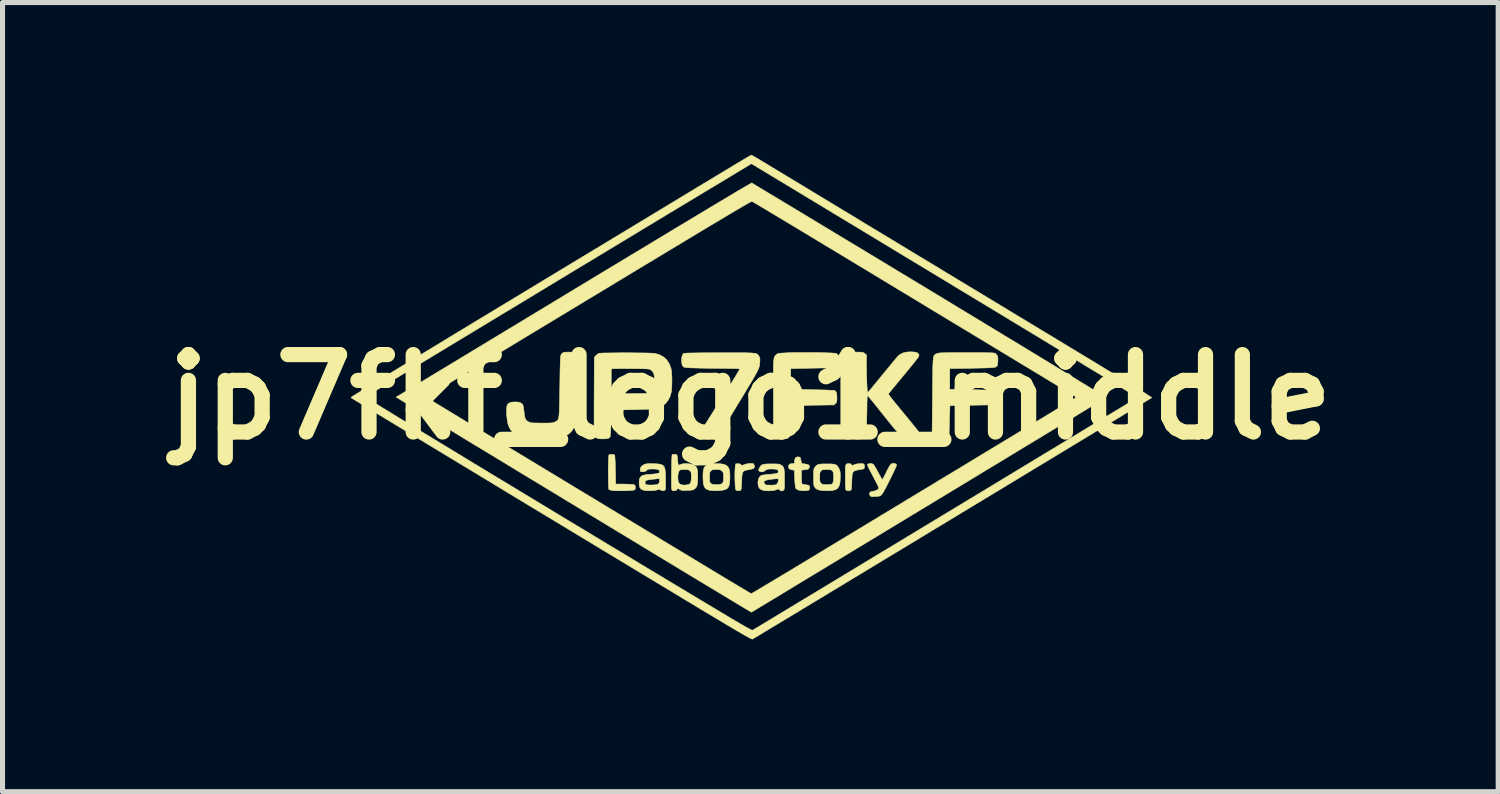
<source format=kicad_pcb>
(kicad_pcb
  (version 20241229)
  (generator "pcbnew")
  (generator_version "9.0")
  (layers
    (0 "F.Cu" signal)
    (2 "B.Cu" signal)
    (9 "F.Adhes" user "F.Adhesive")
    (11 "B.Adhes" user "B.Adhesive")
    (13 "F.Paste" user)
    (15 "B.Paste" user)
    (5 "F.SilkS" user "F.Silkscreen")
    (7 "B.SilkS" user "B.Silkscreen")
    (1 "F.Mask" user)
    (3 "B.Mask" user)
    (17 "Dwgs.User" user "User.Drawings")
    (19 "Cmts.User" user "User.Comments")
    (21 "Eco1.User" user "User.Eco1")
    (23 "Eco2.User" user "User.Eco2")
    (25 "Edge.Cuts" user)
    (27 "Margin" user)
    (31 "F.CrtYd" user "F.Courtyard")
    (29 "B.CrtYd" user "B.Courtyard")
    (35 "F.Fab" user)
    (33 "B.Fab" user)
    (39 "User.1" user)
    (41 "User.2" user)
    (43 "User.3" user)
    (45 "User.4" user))
  (footprint "jp7fkf_logo1_middle"
    (layer "F.Cu")
    (at 11.728 4.768)
    (property "Reference" "jp7fkf_logo1_middle" (at 0 0 0) (layer "F.SilkS") (effects (font (size 1.524 1.524) (thickness 0.3))))
    (attr through_hole)
    (fp_poly (pts (xy 0.033 1.309) (xy 0.057 1.315) (xy 0.062 1.318) (xy 0.075 1.343) (xy 0.079 1.373) (xy 0.072 1.398) (xy 0.071 1.4) (xy 0.053 1.411) (xy 0.017 1.422) (xy -0.031 1.432) (xy -0.077 1.441) (xy -0.111 1.45) (xy -0.135 1.464) (xy -0.151 1.485) (xy -0.161 1.517) (xy -0.167 1.562) (xy -0.17 1.623) (xy -0.172 1.661) (xy -0.174 1.718) (xy -0.178 1.767) (xy -0.181 1.805) (xy -0.185 1.827) (xy -0.187 1.831) (xy -0.21 1.843) (xy -0.242 1.847) (xy -0.271 1.842) (xy -0.282 1.835) (xy -0.289 1.823) (xy -0.294 1.8) (xy -0.298 1.763) (xy -0.3 1.735) (xy -0.304 1.664) (xy -0.306 1.588) (xy -0.306 1.512) (xy -0.304 1.443) (xy -0.3 1.388) (xy -0.298 1.371) (xy -0.291 1.318) (xy -0.248 1.314) (xy -0.214 1.316) (xy -0.191 1.328) (xy -0.187 1.332) (xy -0.174 1.344) (xy -0.163 1.347) (xy -0.145 1.342) (xy -0.12 1.332) (xy -0.085 1.32) (xy -0.044 1.313) (xy -0.002 1.309) (xy 0.033 1.309)) (stroke (width 0.01) (type solid)) (fill yes) (layer "F.SilkS"))
    (fp_poly (pts (xy -2.704 1.132) (xy -2.68 1.138) (xy -2.674 1.142) (xy -2.671 1.155) (xy -2.668 1.188) (xy -2.665 1.236) (xy -2.662 1.3) (xy -2.66 1.375) (xy -2.659 1.433) (xy -2.653 1.714) (xy -2.504 1.715) (xy -2.446 1.716) (xy -2.392 1.718) (xy -2.347 1.72) (xy -2.317 1.723) (xy -2.312 1.723) (xy -2.286 1.729) (xy -2.273 1.74) (xy -2.268 1.762) (xy -2.267 1.775) (xy -2.267 1.805) (xy -2.274 1.823) (xy -2.285 1.831) (xy -2.305 1.835) (xy -2.342 1.84) (xy -2.391 1.843) (xy -2.448 1.846) (xy -2.51 1.847) (xy -2.572 1.847) (xy -2.63 1.846) (xy -2.679 1.844) (xy -2.691 1.843) (xy -2.732 1.838) (xy -2.765 1.831) (xy -2.784 1.823) (xy -2.786 1.822) (xy -2.79 1.808) (xy -2.793 1.776) (xy -2.795 1.729) (xy -2.797 1.67) (xy -2.798 1.603) (xy -2.799 1.531) (xy -2.799 1.456) (xy -2.798 1.383) (xy -2.797 1.314) (xy -2.795 1.252) (xy -2.793 1.201) (xy -2.79 1.163) (xy -2.786 1.143) (xy -2.785 1.14) (xy -2.766 1.133) (xy -2.736 1.13) (xy -2.704 1.132)) (stroke (width 0.01) (type solid)) (fill yes) (layer "F.SilkS"))
    (fp_poly (pts (xy 1.97 1.316) (xy 1.988 1.33) (xy 1.989 1.333) (xy 1.997 1.345) (xy 2.007 1.348) (xy 2.025 1.342) (xy 2.045 1.333) (xy 2.104 1.317) (xy 2.162 1.313) (xy 2.201 1.313) (xy 2.224 1.316) (xy 2.236 1.323) (xy 2.242 1.335) (xy 2.247 1.362) (xy 2.246 1.387) (xy 2.24 1.407) (xy 2.226 1.417) (xy 2.198 1.423) (xy 2.131 1.434) (xy 2.082 1.444) (xy 2.048 1.457) (xy 2.025 1.476) (xy 2.011 1.504) (xy 2.003 1.544) (xy 2 1.6) (xy 1.997 1.66) (xy 1.995 1.717) (xy 1.992 1.766) (xy 1.988 1.804) (xy 1.984 1.827) (xy 1.983 1.832) (xy 1.958 1.844) (xy 1.926 1.848) (xy 1.896 1.842) (xy 1.89 1.838) (xy 1.884 1.832) (xy 1.879 1.823) (xy 1.875 1.808) (xy 1.872 1.784) (xy 1.871 1.749) (xy 1.87 1.7) (xy 1.869 1.634) (xy 1.869 1.585) (xy 1.869 1.502) (xy 1.869 1.438) (xy 1.871 1.39) (xy 1.875 1.357) (xy 1.882 1.334) (xy 1.892 1.321) (xy 1.906 1.315) (xy 1.924 1.313) (xy 1.938 1.312) (xy 1.97 1.316)) (stroke (width 0.01) (type solid)) (fill yes) (layer "F.SilkS"))
    (fp_poly (pts (xy 0.961 1.182) (xy 0.974 1.187) (xy 0.983 1.197) (xy 0.99 1.218) (xy 0.997 1.253) (xy 1 1.271) (xy 1.006 1.31) (xy 1.076 1.319) (xy 1.123 1.328) (xy 1.152 1.341) (xy 1.163 1.36) (xy 1.16 1.387) (xy 1.158 1.394) (xy 1.141 1.419) (xy 1.122 1.426) (xy 1.094 1.429) (xy 1.059 1.434) (xy 1.05 1.435) (xy 1.005 1.441) (xy 1.005 1.571) (xy 1.006 1.634) (xy 1.009 1.677) (xy 1.014 1.703) (xy 1.019 1.712) (xy 1.036 1.719) (xy 1.067 1.725) (xy 1.089 1.729) (xy 1.123 1.734) (xy 1.148 1.74) (xy 1.156 1.745) (xy 1.164 1.763) (xy 1.166 1.79) (xy 1.164 1.817) (xy 1.158 1.83) (xy 1.141 1.837) (xy 1.11 1.842) (xy 1.073 1.846) (xy 1.035 1.847) (xy 1.011 1.845) (xy 0.952 1.834) (xy 0.913 1.818) (xy 0.892 1.795) (xy 0.891 1.794) (xy 0.887 1.775) (xy 0.882 1.739) (xy 0.877 1.69) (xy 0.873 1.634) (xy 0.872 1.605) (xy 0.865 1.442) (xy 0.822 1.435) (xy 0.783 1.425) (xy 0.761 1.41) (xy 0.752 1.385) (xy 0.751 1.37) (xy 0.758 1.339) (xy 0.778 1.32) (xy 0.816 1.313) (xy 0.83 1.312) (xy 0.855 1.311) (xy 0.866 1.302) (xy 0.868 1.28) (xy 0.868 1.276) (xy 0.874 1.227) (xy 0.892 1.194) (xy 0.922 1.179) (xy 0.961 1.182)) (stroke (width 0.01) (type solid)) (fill yes) (layer "F.SilkS"))
    (fp_poly (pts (xy 2.857 1.315) (xy 2.876 1.331) (xy 2.879 1.342) (xy 2.874 1.357) (xy 2.861 1.388) (xy 2.842 1.431) (xy 2.817 1.484) (xy 2.788 1.544) (xy 2.757 1.607) (xy 2.725 1.671) (xy 2.694 1.732) (xy 2.665 1.788) (xy 2.64 1.835) (xy 2.624 1.864) (xy 2.601 1.9) (xy 2.578 1.929) (xy 2.561 1.945) (xy 2.558 1.946) (xy 2.53 1.953) (xy 2.491 1.958) (xy 2.447 1.961) (xy 2.407 1.962) (xy 2.383 1.961) (xy 2.36 1.947) (xy 2.346 1.922) (xy 2.346 1.893) (xy 2.35 1.884) (xy 2.369 1.868) (xy 2.409 1.858) (xy 2.41 1.858) (xy 2.469 1.845) (xy 2.509 1.823) (xy 2.523 1.807) (xy 2.527 1.793) (xy 2.523 1.773) (xy 2.51 1.743) (xy 2.497 1.717) (xy 2.447 1.623) (xy 2.406 1.545) (xy 2.374 1.483) (xy 2.349 1.435) (xy 2.33 1.398) (xy 2.318 1.371) (xy 2.31 1.352) (xy 2.306 1.339) (xy 2.306 1.331) (xy 2.309 1.326) (xy 2.312 1.323) (xy 2.339 1.312) (xy 2.374 1.311) (xy 2.408 1.319) (xy 2.424 1.33) (xy 2.436 1.346) (xy 2.455 1.377) (xy 2.479 1.419) (xy 2.506 1.467) (xy 2.514 1.482) (xy 2.54 1.53) (xy 2.563 1.572) (xy 2.581 1.604) (xy 2.592 1.622) (xy 2.593 1.624) (xy 2.602 1.619) (xy 2.617 1.596) (xy 2.638 1.558) (xy 2.664 1.506) (xy 2.666 1.501) (xy 2.699 1.435) (xy 2.725 1.386) (xy 2.746 1.351) (xy 2.764 1.329) (xy 2.781 1.315) (xy 2.798 1.308) (xy 2.829 1.307) (xy 2.857 1.315)) (stroke (width 0.01) (type solid)) (fill yes) (layer "F.SilkS"))
    (fp_poly (pts (xy -0.592 1.315) (xy -0.527 1.325) (xy -0.478 1.344) (xy -0.443 1.374) (xy -0.42 1.416) (xy -0.407 1.474) (xy -0.403 1.549) (xy -0.404 1.615) (xy -0.409 1.683) (xy -0.417 1.733) (xy -0.43 1.769) (xy -0.449 1.795) (xy -0.477 1.814) (xy -0.49 1.82) (xy -0.53 1.832) (xy -0.584 1.841) (xy -0.647 1.846) (xy -0.71 1.846) (xy -0.769 1.843) (xy -0.776 1.842) (xy -0.828 1.831) (xy -0.868 1.813) (xy -0.897 1.785) (xy -0.916 1.745) (xy -0.928 1.69) (xy -0.933 1.618) (xy -0.934 1.581) (xy -0.804 1.581) (xy -0.804 1.628) (xy -0.802 1.659) (xy -0.798 1.678) (xy -0.79 1.691) (xy -0.777 1.702) (xy -0.776 1.703) (xy -0.758 1.715) (xy -0.734 1.722) (xy -0.7 1.725) (xy -0.665 1.725) (xy -0.621 1.724) (xy -0.593 1.721) (xy -0.574 1.715) (xy -0.559 1.703) (xy -0.555 1.699) (xy -0.542 1.684) (xy -0.535 1.668) (xy -0.531 1.644) (xy -0.529 1.608) (xy -0.529 1.582) (xy -0.53 1.537) (xy -0.532 1.508) (xy -0.537 1.488) (xy -0.548 1.473) (xy -0.56 1.46) (xy -0.578 1.444) (xy -0.595 1.435) (xy -0.618 1.43) (xy -0.654 1.429) (xy -0.672 1.429) (xy -0.714 1.43) (xy -0.742 1.433) (xy -0.761 1.44) (xy -0.777 1.453) (xy -0.778 1.455) (xy -0.791 1.469) (xy -0.798 1.484) (xy -0.802 1.506) (xy -0.804 1.54) (xy -0.804 1.581) (xy -0.934 1.581) (xy -0.934 1.578) (xy -0.933 1.505) (xy -0.928 1.45) (xy -0.918 1.409) (xy -0.903 1.379) (xy -0.88 1.356) (xy -0.848 1.337) (xy -0.847 1.336) (xy -0.824 1.326) (xy -0.799 1.319) (xy -0.769 1.315) (xy -0.728 1.313) (xy -0.675 1.312) (xy -0.592 1.315)) (stroke (width 0.01) (type solid)) (fill yes) (layer "F.SilkS"))
    (fp_poly (pts (xy 1.573 1.318) (xy 1.625 1.321) (xy 1.663 1.328) (xy 1.691 1.339) (xy 1.712 1.357) (xy 1.73 1.383) (xy 1.746 1.412) (xy 1.757 1.437) (xy 1.764 1.461) (xy 1.768 1.49) (xy 1.77 1.528) (xy 1.77 1.582) (xy 1.77 1.584) (xy 1.767 1.663) (xy 1.757 1.723) (xy 1.739 1.768) (xy 1.714 1.801) (xy 1.683 1.822) (xy 1.639 1.836) (xy 1.58 1.844) (xy 1.507 1.847) (xy 1.425 1.843) (xy 1.423 1.843) (xy 1.363 1.835) (xy 1.319 1.821) (xy 1.287 1.8) (xy 1.262 1.77) (xy 1.255 1.756) (xy 1.25 1.737) (xy 1.246 1.71) (xy 1.244 1.67) (xy 1.244 1.615) (xy 1.244 1.581) (xy 1.244 1.577) (xy 1.365 1.577) (xy 1.366 1.623) (xy 1.368 1.654) (xy 1.373 1.674) (xy 1.382 1.689) (xy 1.391 1.699) (xy 1.406 1.712) (xy 1.423 1.72) (xy 1.447 1.724) (xy 1.484 1.725) (xy 1.507 1.725) (xy 1.557 1.724) (xy 1.589 1.72) (xy 1.609 1.712) (xy 1.613 1.709) (xy 1.629 1.679) (xy 1.638 1.631) (xy 1.639 1.565) (xy 1.639 1.544) (xy 1.634 1.495) (xy 1.623 1.463) (xy 1.603 1.443) (xy 1.571 1.432) (xy 1.522 1.429) (xy 1.501 1.429) (xy 1.458 1.429) (xy 1.429 1.432) (xy 1.411 1.439) (xy 1.395 1.451) (xy 1.391 1.455) (xy 1.379 1.469) (xy 1.371 1.485) (xy 1.367 1.508) (xy 1.365 1.543) (xy 1.365 1.577) (xy 1.244 1.577) (xy 1.244 1.518) (xy 1.245 1.473) (xy 1.247 1.441) (xy 1.251 1.42) (xy 1.257 1.404) (xy 1.265 1.391) (xy 1.265 1.391) (xy 1.286 1.364) (xy 1.307 1.345) (xy 1.33 1.332) (xy 1.36 1.324) (xy 1.4 1.319) (xy 1.455 1.318) (xy 1.503 1.318) (xy 1.573 1.318)) (stroke (width 0.01) (type solid)) (fill yes) (layer "F.SilkS"))
    (fp_poly (pts (xy -1.468 1.132) (xy -1.45 1.139) (xy -1.449 1.139) (xy -1.444 1.154) (xy -1.438 1.185) (xy -1.434 1.226) (xy -1.432 1.247) (xy -1.428 1.29) (xy -1.424 1.323) (xy -1.42 1.341) (xy -1.418 1.344) (xy -1.404 1.34) (xy -1.379 1.331) (xy -1.369 1.327) (xy -1.327 1.316) (xy -1.274 1.312) (xy -1.216 1.315) (xy -1.163 1.323) (xy -1.119 1.337) (xy -1.109 1.342) (xy -1.083 1.361) (xy -1.063 1.384) (xy -1.05 1.414) (xy -1.042 1.454) (xy -1.038 1.508) (xy -1.037 1.579) (xy -1.038 1.65) (xy -1.043 1.703) (xy -1.051 1.743) (xy -1.064 1.773) (xy -1.084 1.797) (xy -1.104 1.814) (xy -1.122 1.825) (xy -1.144 1.832) (xy -1.176 1.836) (xy -1.223 1.839) (xy -1.244 1.84) (xy -1.295 1.841) (xy -1.331 1.84) (xy -1.355 1.837) (xy -1.375 1.83) (xy -1.393 1.82) (xy -1.419 1.806) (xy -1.436 1.806) (xy -1.448 1.823) (xy -1.452 1.832) (xy -1.466 1.842) (xy -1.491 1.846) (xy -1.518 1.846) (xy -1.538 1.839) (xy -1.543 1.834) (xy -1.547 1.826) (xy -1.55 1.812) (xy -1.552 1.791) (xy -1.554 1.76) (xy -1.555 1.716) (xy -1.555 1.659) (xy -1.554 1.584) (xy -1.554 1.579) (xy -1.429 1.579) (xy -1.425 1.638) (xy -1.415 1.679) (xy -1.397 1.707) (xy -1.376 1.722) (xy -1.341 1.732) (xy -1.296 1.735) (xy -1.249 1.731) (xy -1.218 1.724) (xy -1.195 1.712) (xy -1.179 1.694) (xy -1.17 1.665) (xy -1.165 1.622) (xy -1.164 1.57) (xy -1.165 1.525) (xy -1.167 1.496) (xy -1.173 1.477) (xy -1.184 1.462) (xy -1.19 1.455) (xy -1.207 1.441) (xy -1.227 1.433) (xy -1.255 1.429) (xy -1.29 1.429) (xy -1.329 1.43) (xy -1.362 1.432) (xy -1.381 1.435) (xy -1.404 1.455) (xy -1.42 1.494) (xy -1.428 1.55) (xy -1.429 1.579) (xy -1.554 1.579) (xy -1.554 1.491) (xy -1.554 1.485) (xy -1.553 1.402) (xy -1.551 1.326) (xy -1.549 1.259) (xy -1.548 1.204) (xy -1.545 1.164) (xy -1.543 1.141) (xy -1.542 1.136) (xy -1.525 1.13) (xy -1.496 1.128) (xy -1.468 1.132)) (stroke (width 0.01) (type solid)) (fill yes) (layer "F.SilkS"))
    (fp_poly (pts (xy -3.529 -0.883) (xy -3.497 -0.882) (xy -3.475 -0.878) (xy -3.46 -0.87) (xy -3.445 -0.857) (xy -3.44 -0.852) (xy -3.408 -0.82) (xy -3.416 -0.159) (xy -3.424 0.503) (xy -3.463 0.583) (xy -3.511 0.661) (xy -3.571 0.723) (xy -3.644 0.769) (xy -3.732 0.8) (xy -3.81 0.814) (xy -3.9 0.822) (xy -4.004 0.827) (xy -4.112 0.829) (xy -4.219 0.827) (xy -4.276 0.825) (xy -4.389 0.815) (xy -4.485 0.798) (xy -4.564 0.774) (xy -4.628 0.74) (xy -4.681 0.698) (xy -4.723 0.644) (xy -4.745 0.606) (xy -4.765 0.56) (xy -4.78 0.508) (xy -4.79 0.447) (xy -4.798 0.37) (xy -4.8 0.338) (xy -4.803 0.261) (xy -4.799 0.203) (xy -4.789 0.161) (xy -4.769 0.131) (xy -4.739 0.113) (xy -4.696 0.102) (xy -4.655 0.098) (xy -4.584 0.099) (xy -4.53 0.112) (xy -4.493 0.138) (xy -4.484 0.15) (xy -4.477 0.171) (xy -4.469 0.207) (xy -4.462 0.255) (xy -4.457 0.296) (xy -4.45 0.359) (xy -4.441 0.405) (xy -4.428 0.438) (xy -4.411 0.462) (xy -4.385 0.481) (xy -4.365 0.492) (xy -4.349 0.499) (xy -4.331 0.505) (xy -4.309 0.509) (xy -4.278 0.511) (xy -4.235 0.512) (xy -4.178 0.513) (xy -4.106 0.513) (xy -4.032 0.513) (xy -3.976 0.513) (xy -3.935 0.511) (xy -3.904 0.509) (xy -3.882 0.505) (xy -3.865 0.499) (xy -3.849 0.492) (xy -3.847 0.491) (xy -3.829 0.481) (xy -3.813 0.472) (xy -3.8 0.461) (xy -3.79 0.447) (xy -3.781 0.428) (xy -3.775 0.402) (xy -3.77 0.367) (xy -3.766 0.321) (xy -3.763 0.263) (xy -3.761 0.191) (xy -3.759 0.103) (xy -3.757 -0.004) (xy -3.755 -0.1) (xy -3.753 -0.241) (xy -3.751 -0.363) (xy -3.75 -0.466) (xy -3.748 -0.553) (xy -3.746 -0.624) (xy -3.744 -0.683) (xy -3.743 -0.729) (xy -3.74 -0.765) (xy -3.738 -0.793) (xy -3.735 -0.813) (xy -3.731 -0.827) (xy -3.727 -0.837) (xy -3.722 -0.844) (xy -3.716 -0.85) (xy -3.711 -0.855) (xy -3.697 -0.868) (xy -3.682 -0.877) (xy -3.662 -0.881) (xy -3.632 -0.883) (xy -3.586 -0.884) (xy -3.577 -0.884) (xy -3.529 -0.883)) (stroke (width 0.01) (type solid)) (fill yes) (layer "F.SilkS"))
    (fp_poly (pts (xy 0.473 1.318) (xy 0.518 1.319) (xy 0.55 1.322) (xy 0.573 1.326) (xy 0.591 1.333) (xy 0.603 1.339) (xy 0.625 1.354) (xy 0.642 1.37) (xy 0.654 1.39) (xy 0.662 1.418) (xy 0.667 1.457) (xy 0.67 1.51) (xy 0.671 1.579) (xy 0.671 1.623) (xy 0.672 1.693) (xy 0.671 1.744) (xy 0.67 1.781) (xy 0.667 1.806) (xy 0.664 1.821) (xy 0.658 1.831) (xy 0.651 1.837) (xy 0.62 1.851) (xy 0.59 1.844) (xy 0.572 1.829) (xy 0.556 1.814) (xy 0.542 1.812) (xy 0.521 1.823) (xy 0.52 1.823) (xy 0.492 1.833) (xy 0.449 1.841) (xy 0.398 1.846) (xy 0.346 1.848) (xy 0.297 1.846) (xy 0.27 1.843) (xy 0.217 1.827) (xy 0.18 1.801) (xy 0.158 1.763) (xy 0.149 1.709) (xy 0.148 1.686) (xy 0.15 1.674) (xy 0.266 1.674) (xy 0.272 1.698) (xy 0.281 1.712) (xy 0.291 1.723) (xy 0.303 1.73) (xy 0.324 1.734) (xy 0.358 1.735) (xy 0.398 1.736) (xy 0.446 1.735) (xy 0.477 1.733) (xy 0.498 1.729) (xy 0.513 1.72) (xy 0.524 1.71) (xy 0.546 1.675) (xy 0.55 1.646) (xy 0.55 1.629) (xy 0.548 1.618) (xy 0.54 1.612) (xy 0.523 1.61) (xy 0.493 1.612) (xy 0.447 1.616) (xy 0.415 1.62) (xy 0.349 1.629) (xy 0.304 1.641) (xy 0.276 1.655) (xy 0.266 1.674) (xy 0.15 1.674) (xy 0.155 1.628) (xy 0.174 1.581) (xy 0.204 1.55) (xy 0.211 1.546) (xy 0.229 1.541) (xy 0.264 1.535) (xy 0.31 1.529) (xy 0.363 1.524) (xy 0.372 1.523) (xy 0.439 1.517) (xy 0.487 1.511) (xy 0.519 1.504) (xy 0.539 1.495) (xy 0.548 1.484) (xy 0.55 1.471) (xy 0.546 1.448) (xy 0.531 1.433) (xy 0.503 1.423) (xy 0.458 1.419) (xy 0.421 1.418) (xy 0.374 1.419) (xy 0.343 1.421) (xy 0.323 1.426) (xy 0.307 1.435) (xy 0.294 1.447) (xy 0.261 1.468) (xy 0.224 1.476) (xy 0.189 1.469) (xy 0.173 1.458) (xy 0.163 1.446) (xy 0.163 1.432) (xy 0.172 1.409) (xy 0.176 1.401) (xy 0.193 1.371) (xy 0.21 1.349) (xy 0.233 1.334) (xy 0.264 1.325) (xy 0.307 1.32) (xy 0.365 1.318) (xy 0.411 1.318) (xy 0.473 1.318)) (stroke (width 0.01) (type solid)) (fill yes) (layer "F.SilkS"))
    (fp_poly (pts (xy -1.896 1.314) (xy -1.837 1.317) (xy -1.796 1.321) (xy -1.766 1.327) (xy -1.743 1.336) (xy -1.735 1.34) (xy -1.715 1.354) (xy -1.7 1.371) (xy -1.689 1.396) (xy -1.681 1.429) (xy -1.675 1.475) (xy -1.672 1.536) (xy -1.671 1.614) (xy -1.671 1.632) (xy -1.67 1.7) (xy -1.67 1.751) (xy -1.671 1.786) (xy -1.674 1.809) (xy -1.677 1.824) (xy -1.683 1.833) (xy -1.689 1.838) (xy -1.717 1.847) (xy -1.751 1.842) (xy -1.777 1.826) (xy -1.79 1.818) (xy -1.809 1.82) (xy -1.825 1.826) (xy -1.861 1.836) (xy -1.91 1.843) (xy -1.966 1.846) (xy -2.021 1.846) (xy -2.069 1.842) (xy -2.07 1.842) (xy -2.12 1.831) (xy -2.155 1.812) (xy -2.177 1.784) (xy -2.188 1.742) (xy -2.191 1.684) (xy -2.075 1.684) (xy -2.069 1.71) (xy -2.056 1.725) (xy -2.037 1.73) (xy -2.001 1.733) (xy -1.955 1.734) (xy -1.935 1.733) (xy -1.884 1.731) (xy -1.85 1.727) (xy -1.828 1.721) (xy -1.812 1.712) (xy -1.811 1.71) (xy -1.799 1.691) (xy -1.791 1.665) (xy -1.787 1.637) (xy -1.79 1.616) (xy -1.799 1.609) (xy -1.825 1.61) (xy -1.865 1.614) (xy -1.911 1.619) (xy -1.958 1.625) (xy -2.001 1.631) (xy -2.034 1.637) (xy -2.051 1.641) (xy -2.069 1.658) (xy -2.075 1.684) (xy -2.191 1.684) (xy -2.191 1.684) (xy -2.189 1.64) (xy -2.183 1.61) (xy -2.172 1.588) (xy -2.169 1.584) (xy -2.153 1.565) (xy -2.136 1.552) (xy -2.114 1.542) (xy -2.082 1.535) (xy -2.038 1.529) (xy -1.978 1.524) (xy -1.966 1.523) (xy -1.9 1.517) (xy -1.852 1.511) (xy -1.82 1.504) (xy -1.8 1.495) (xy -1.791 1.485) (xy -1.789 1.472) (xy -1.794 1.449) (xy -1.812 1.432) (xy -1.846 1.423) (xy -1.897 1.418) (xy -1.921 1.418) (xy -1.967 1.419) (xy -1.998 1.421) (xy -2.018 1.427) (xy -2.034 1.436) (xy -2.042 1.444) (xy -2.066 1.462) (xy -2.093 1.471) (xy -2.13 1.473) (xy -2.14 1.472) (xy -2.159 1.469) (xy -2.168 1.459) (xy -2.17 1.434) (xy -2.17 1.43) (xy -2.166 1.4) (xy -2.153 1.376) (xy -2.133 1.356) (xy -2.109 1.338) (xy -2.083 1.325) (xy -2.05 1.317) (xy -2.008 1.313) (xy -1.952 1.313) (xy -1.896 1.314)) (stroke (width 0.01) (type solid)) (fill yes) (layer "F.SilkS"))
    (fp_poly (pts (xy 1.142 -0.876) (xy 1.235 -0.875) (xy 1.327 -0.874) (xy 1.413 -0.872) (xy 1.493 -0.87) (xy 1.563 -0.868) (xy 1.621 -0.865) (xy 1.664 -0.862) (xy 1.689 -0.858) (xy 1.694 -0.857) (xy 1.719 -0.833) (xy 1.736 -0.794) (xy 1.744 -0.748) (xy 1.745 -0.698) (xy 1.737 -0.652) (xy 1.721 -0.613) (xy 1.697 -0.587) (xy 1.693 -0.585) (xy 1.668 -0.579) (xy 1.621 -0.574) (xy 1.555 -0.572) (xy 1.518 -0.572) (xy 1.465 -0.571) (xy 1.396 -0.571) (xy 1.315 -0.569) (xy 1.229 -0.568) (xy 1.141 -0.566) (xy 1.081 -0.565) (xy 0.794 -0.558) (xy 0.794 -0.151) (xy 1.22 -0.143) (xy 1.316 -0.141) (xy 1.405 -0.139) (xy 1.485 -0.137) (xy 1.552 -0.134) (xy 1.606 -0.131) (xy 1.644 -0.129) (xy 1.663 -0.126) (xy 1.665 -0.125) (xy 1.683 -0.108) (xy 1.696 -0.079) (xy 1.702 -0.034) (xy 1.704 0.02) (xy 1.703 0.062) (xy 1.7 0.09) (xy 1.694 0.108) (xy 1.681 0.123) (xy 1.675 0.129) (xy 1.646 0.156) (xy 1.224 0.162) (xy 1.131 0.164) (xy 1.046 0.165) (xy 0.969 0.167) (xy 0.904 0.168) (xy 0.853 0.169) (xy 0.817 0.171) (xy 0.8 0.171) (xy 0.798 0.172) (xy 0.797 0.183) (xy 0.796 0.212) (xy 0.794 0.257) (xy 0.792 0.316) (xy 0.79 0.384) (xy 0.788 0.46) (xy 0.787 0.471) (xy 0.78 0.767) (xy 0.751 0.796) (xy 0.736 0.81) (xy 0.721 0.818) (xy 0.702 0.823) (xy 0.672 0.825) (xy 0.626 0.825) (xy 0.617 0.826) (xy 0.568 0.825) (xy 0.536 0.824) (xy 0.515 0.819) (xy 0.501 0.812) (xy 0.487 0.799) (xy 0.483 0.796) (xy 0.455 0.766) (xy 0.453 0.01) (xy 0.453 -0.138) (xy 0.452 -0.266) (xy 0.452 -0.376) (xy 0.453 -0.469) (xy 0.453 -0.547) (xy 0.454 -0.612) (xy 0.456 -0.664) (xy 0.458 -0.706) (xy 0.462 -0.739) (xy 0.466 -0.764) (xy 0.471 -0.783) (xy 0.477 -0.797) (xy 0.485 -0.809) (xy 0.494 -0.819) (xy 0.505 -0.828) (xy 0.513 -0.836) (xy 0.524 -0.845) (xy 0.536 -0.852) (xy 0.552 -0.857) (xy 0.576 -0.861) (xy 0.611 -0.864) (xy 0.66 -0.867) (xy 0.726 -0.87) (xy 0.739 -0.871) (xy 0.803 -0.873) (xy 0.877 -0.875) (xy 0.961 -0.876) (xy 1.05 -0.876) (xy 1.142 -0.876)) (stroke (width 0.01) (type solid)) (fill yes) (layer "F.SilkS"))
    (fp_poly (pts (xy 4.48 -0.873) (xy 4.565 -0.873) (xy 4.634 -0.872) (xy 4.688 -0.871) (xy 4.731 -0.87) (xy 4.763 -0.869) (xy 4.787 -0.867) (xy 4.804 -0.864) (xy 4.815 -0.861) (xy 4.824 -0.857) (xy 4.831 -0.852) (xy 4.833 -0.851) (xy 4.858 -0.823) (xy 4.872 -0.783) (xy 4.875 -0.729) (xy 4.873 -0.691) (xy 4.87 -0.659) (xy 4.866 -0.634) (xy 4.86 -0.615) (xy 4.848 -0.6) (xy 4.829 -0.59) (xy 4.8 -0.582) (xy 4.759 -0.578) (xy 4.705 -0.575) (xy 4.633 -0.572) (xy 4.544 -0.57) (xy 4.528 -0.57) (xy 4.441 -0.568) (xy 4.351 -0.566) (xy 4.265 -0.565) (xy 4.186 -0.563) (xy 4.12 -0.563) (xy 4.077 -0.562) (xy 3.926 -0.561) (xy 3.926 -0.151) (xy 4.352 -0.144) (xy 4.452 -0.142) (xy 4.543 -0.139) (xy 4.623 -0.137) (xy 4.691 -0.134) (xy 4.744 -0.131) (xy 4.779 -0.129) (xy 4.796 -0.126) (xy 4.797 -0.126) (xy 4.816 -0.108) (xy 4.829 -0.077) (xy 4.835 -0.031) (xy 4.837 0.016) (xy 4.836 0.059) (xy 4.832 0.087) (xy 4.823 0.108) (xy 4.811 0.124) (xy 4.785 0.155) (xy 4.36 0.162) (xy 4.267 0.163) (xy 4.181 0.165) (xy 4.104 0.166) (xy 4.039 0.168) (xy 3.987 0.169) (xy 3.951 0.17) (xy 3.933 0.171) (xy 3.931 0.172) (xy 3.93 0.183) (xy 3.928 0.212) (xy 3.927 0.257) (xy 3.925 0.316) (xy 3.922 0.384) (xy 3.92 0.46) (xy 3.92 0.471) (xy 3.912 0.767) (xy 3.883 0.796) (xy 3.869 0.809) (xy 3.855 0.818) (xy 3.836 0.823) (xy 3.808 0.825) (xy 3.764 0.825) (xy 3.745 0.825) (xy 3.635 0.824) (xy 3.607 0.79) (xy 3.578 0.755) (xy 3.586 -0.012) (xy 3.587 -0.161) (xy 3.588 -0.291) (xy 3.59 -0.403) (xy 3.591 -0.497) (xy 3.592 -0.577) (xy 3.594 -0.642) (xy 3.597 -0.695) (xy 3.6 -0.737) (xy 3.604 -0.77) (xy 3.609 -0.794) (xy 3.615 -0.812) (xy 3.623 -0.825) (xy 3.632 -0.833) (xy 3.642 -0.84) (xy 3.654 -0.846) (xy 3.668 -0.852) (xy 3.669 -0.853) (xy 3.679 -0.857) (xy 3.691 -0.861) (xy 3.706 -0.864) (xy 3.726 -0.867) (xy 3.754 -0.869) (xy 3.791 -0.87) (xy 3.838 -0.871) (xy 3.899 -0.872) (xy 3.973 -0.873) (xy 4.064 -0.873) (xy 4.173 -0.873) (xy 4.256 -0.873) (xy 4.378 -0.873) (xy 4.48 -0.873)) (stroke (width 0.01) (type solid)) (fill yes) (layer "F.SilkS"))
    (fp_poly (pts (xy -0.236 -0.871) (xy -0.149 -0.871) (xy -0.076 -0.87) (xy -0.016 -0.868) (xy 0.031 -0.866) (xy 0.068 -0.862) (xy 0.097 -0.858) (xy 0.118 -0.852) (xy 0.134 -0.845) (xy 0.145 -0.837) (xy 0.154 -0.827) (xy 0.162 -0.815) (xy 0.17 -0.801) (xy 0.181 -0.781) (xy 0.186 -0.759) (xy 0.188 -0.729) (xy 0.185 -0.686) (xy 0.185 -0.683) (xy 0.183 -0.66) (xy 0.181 -0.64) (xy 0.179 -0.621) (xy 0.174 -0.601) (xy 0.168 -0.579) (xy 0.158 -0.554) (xy 0.145 -0.525) (xy 0.128 -0.491) (xy 0.106 -0.45) (xy 0.078 -0.4) (xy 0.044 -0.341) (xy 0.003 -0.272) (xy -0.046 -0.191) (xy -0.103 -0.096) (xy -0.169 0.013) (xy -0.245 0.137) (xy -0.322 0.265) (xy -0.379 0.357) (xy -0.432 0.445) (xy -0.482 0.525) (xy -0.527 0.598) (xy -0.566 0.66) (xy -0.598 0.71) (xy -0.621 0.747) (xy -0.635 0.767) (xy -0.638 0.771) (xy -0.664 0.794) (xy -0.688 0.809) (xy -0.718 0.818) (xy -0.761 0.825) (xy -0.812 0.829) (xy -0.862 0.829) (xy -0.9 0.826) (xy -0.948 0.816) (xy -0.98 0.799) (xy -0.996 0.776) (xy -0.996 0.742) (xy -0.98 0.697) (xy -0.95 0.638) (xy -0.948 0.635) (xy -0.934 0.612) (xy -0.91 0.572) (xy -0.877 0.519) (xy -0.835 0.453) (xy -0.787 0.377) (xy -0.734 0.292) (xy -0.676 0.201) (xy -0.615 0.104) (xy -0.557 0.013) (xy -0.495 -0.084) (xy -0.437 -0.176) (xy -0.384 -0.261) (xy -0.336 -0.339) (xy -0.294 -0.406) (xy -0.26 -0.462) (xy -0.234 -0.505) (xy -0.218 -0.533) (xy -0.212 -0.545) (xy -0.212 -0.545) (xy -0.214 -0.55) (xy -0.223 -0.554) (xy -0.241 -0.557) (xy -0.27 -0.559) (xy -0.312 -0.56) (xy -0.369 -0.561) (xy -0.445 -0.562) (xy -0.489 -0.562) (xy -0.585 -0.563) (xy -0.693 -0.564) (xy -0.804 -0.566) (xy -0.913 -0.567) (xy -1.01 -0.569) (xy -1.034 -0.57) (xy -1.116 -0.572) (xy -1.18 -0.574) (xy -1.228 -0.576) (xy -1.262 -0.579) (xy -1.286 -0.582) (xy -1.302 -0.586) (xy -1.313 -0.591) (xy -1.322 -0.597) (xy -1.325 -0.601) (xy -1.338 -0.618) (xy -1.346 -0.64) (xy -1.351 -0.674) (xy -1.353 -0.704) (xy -1.352 -0.771) (xy -1.342 -0.819) (xy -1.322 -0.85) (xy -1.31 -0.859) (xy -1.294 -0.861) (xy -1.257 -0.864) (xy -1.199 -0.866) (xy -1.12 -0.867) (xy -1.02 -0.869) (xy -0.898 -0.87) (xy -0.756 -0.87) (xy -0.605 -0.871) (xy -0.463 -0.871) (xy -0.341 -0.871) (xy -0.236 -0.871)) (stroke (width 0.01) (type solid)) (fill yes) (layer "F.SilkS"))
    (fp_poly (pts (xy -2.369 -0.87) (xy -2.275 -0.869) (xy -2.185 -0.868) (xy -2.102 -0.867) (xy -2.028 -0.866) (xy -1.965 -0.864) (xy -1.917 -0.861) (xy -1.886 -0.859) (xy -1.879 -0.858) (xy -1.786 -0.83) (xy -1.709 -0.787) (xy -1.647 -0.729) (xy -1.599 -0.656) (xy -1.566 -0.568) (xy -1.561 -0.548) (xy -1.554 -0.505) (xy -1.549 -0.447) (xy -1.546 -0.379) (xy -1.545 -0.306) (xy -1.547 -0.234) (xy -1.55 -0.168) (xy -1.555 -0.114) (xy -1.556 -0.106) (xy -1.581 -0.013) (xy -1.622 0.067) (xy -1.677 0.133) (xy -1.746 0.185) (xy -1.828 0.22) (xy -1.875 0.231) (xy -1.898 0.234) (xy -1.941 0.237) (xy -1.999 0.24) (xy -2.069 0.242) (xy -2.15 0.245) (xy -2.238 0.248) (xy -2.331 0.25) (xy -2.335 0.25) (xy -2.738 0.257) (xy -2.745 0.511) (xy -2.747 0.584) (xy -2.75 0.65) (xy -2.754 0.707) (xy -2.758 0.75) (xy -2.761 0.777) (xy -2.763 0.785) (xy -2.779 0.804) (xy -2.806 0.816) (xy -2.848 0.823) (xy -2.906 0.825) (xy -2.914 0.825) (xy -2.964 0.824) (xy -2.999 0.819) (xy -3.025 0.81) (xy -3.034 0.805) (xy -3.059 0.785) (xy -3.074 0.763) (xy -3.075 0.76) (xy -3.075 0.745) (xy -3.076 0.712) (xy -3.077 0.66) (xy -3.078 0.593) (xy -3.078 0.511) (xy -3.078 0.417) (xy -3.078 0.312) (xy -3.078 0.199) (xy -3.078 0.078) (xy -3.077 -0.023) (xy -3.075 -0.55) (xy -2.741 -0.55) (xy -2.741 -0.062) (xy -2.373 -0.066) (xy -2.274 -0.067) (xy -2.193 -0.068) (xy -2.129 -0.069) (xy -2.079 -0.071) (xy -2.042 -0.073) (xy -2.015 -0.075) (xy -1.995 -0.079) (xy -1.981 -0.083) (xy -1.972 -0.087) (xy -1.945 -0.108) (xy -1.92 -0.137) (xy -1.914 -0.145) (xy -1.903 -0.164) (xy -1.896 -0.184) (xy -1.892 -0.208) (xy -1.89 -0.243) (xy -1.889 -0.292) (xy -1.889 -0.312) (xy -1.891 -0.38) (xy -1.896 -0.43) (xy -1.906 -0.468) (xy -1.923 -0.497) (xy -1.948 -0.523) (xy -1.961 -0.533) (xy -1.97 -0.539) (xy -1.981 -0.544) (xy -1.995 -0.548) (xy -2.014 -0.551) (xy -2.043 -0.553) (xy -2.082 -0.555) (xy -2.133 -0.556) (xy -2.2 -0.557) (xy -2.285 -0.558) (xy -2.342 -0.559) (xy -2.427 -0.559) (xy -2.506 -0.56) (xy -2.577 -0.559) (xy -2.636 -0.559) (xy -2.681 -0.558) (xy -2.709 -0.557) (xy -2.717 -0.556) (xy -2.741 -0.55) (xy -3.075 -0.55) (xy -3.074 -0.782) (xy -3.043 -0.815) (xy -3.017 -0.839) (xy -2.991 -0.856) (xy -2.986 -0.859) (xy -2.968 -0.861) (xy -2.932 -0.864) (xy -2.88 -0.866) (xy -2.814 -0.867) (xy -2.737 -0.868) (xy -2.652 -0.869) (xy -2.56 -0.87) (xy -2.465 -0.87) (xy -2.369 -0.87)) (stroke (width 0.01) (type solid)) (fill yes) (layer "F.SilkS"))
    (fp_poly (pts (xy 3.212 -0.887) (xy 3.258 -0.88) (xy 3.289 -0.869) (xy 3.309 -0.851) (xy 3.31 -0.849) (xy 3.32 -0.831) (xy 3.32 -0.815) (xy 3.31 -0.792) (xy 3.307 -0.786) (xy 3.296 -0.77) (xy 3.272 -0.739) (xy 3.239 -0.696) (xy 3.196 -0.643) (xy 3.146 -0.582) (xy 3.091 -0.514) (xy 3.031 -0.441) (xy 3.008 -0.414) (xy 2.947 -0.341) (xy 2.891 -0.274) (xy 2.841 -0.212) (xy 2.797 -0.16) (xy 2.763 -0.117) (xy 2.738 -0.086) (xy 2.725 -0.069) (xy 2.723 -0.067) (xy 2.722 -0.061) (xy 2.723 -0.055) (xy 2.728 -0.045) (xy 2.737 -0.03) (xy 2.751 -0.01) (xy 2.772 0.018) (xy 2.801 0.054) (xy 2.838 0.101) (xy 2.886 0.159) (xy 2.945 0.231) (xy 3.015 0.317) (xy 3.04 0.346) (xy 3.099 0.419) (xy 3.156 0.488) (xy 3.206 0.55) (xy 3.25 0.604) (xy 3.285 0.648) (xy 3.311 0.68) (xy 3.325 0.698) (xy 3.327 0.701) (xy 3.346 0.738) (xy 3.35 0.766) (xy 3.337 0.79) (xy 3.33 0.799) (xy 3.317 0.81) (xy 3.303 0.818) (xy 3.285 0.822) (xy 3.256 0.825) (xy 3.213 0.825) (xy 3.18 0.826) (xy 3.108 0.824) (xy 3.055 0.819) (xy 3.024 0.811) (xy 3.008 0.803) (xy 2.991 0.79) (xy 2.97 0.772) (xy 2.945 0.748) (xy 2.915 0.715) (xy 2.878 0.672) (xy 2.834 0.619) (xy 2.78 0.554) (xy 2.716 0.475) (xy 2.642 0.382) (xy 2.599 0.328) (xy 2.539 0.253) (xy 2.483 0.183) (xy 2.432 0.12) (xy 2.388 0.066) (xy 2.352 0.023) (xy 2.326 -0.009) (xy 2.31 -0.027) (xy 2.307 -0.03) (xy 2.303 -0.021) (xy 2.3 0.007) (xy 2.298 0.053) (xy 2.296 0.114) (xy 2.296 0.166) (xy 2.295 0.248) (xy 2.293 0.342) (xy 2.291 0.438) (xy 2.289 0.528) (xy 2.287 0.568) (xy 2.284 0.646) (xy 2.281 0.706) (xy 2.275 0.75) (xy 2.266 0.78) (xy 2.252 0.801) (xy 2.231 0.813) (xy 2.202 0.821) (xy 2.164 0.826) (xy 2.138 0.829) (xy 2.112 0.83) (xy 2.076 0.827) (xy 2.055 0.825) (xy 2.022 0.82) (xy 1.999 0.812) (xy 1.982 0.799) (xy 1.971 0.777) (xy 1.964 0.744) (xy 1.96 0.696) (xy 1.956 0.629) (xy 1.956 0.627) (xy 1.954 0.573) (xy 1.953 0.502) (xy 1.952 0.415) (xy 1.951 0.316) (xy 1.95 0.208) (xy 1.95 0.093) (xy 1.95 -0.024) (xy 1.95 -0.142) (xy 1.951 -0.257) (xy 1.952 -0.366) (xy 1.953 -0.466) (xy 1.954 -0.555) (xy 1.956 -0.629) (xy 1.957 -0.639) (xy 1.963 -0.839) (xy 1.993 -0.861) (xy 2.011 -0.872) (xy 2.032 -0.879) (xy 2.063 -0.883) (xy 2.107 -0.884) (xy 2.121 -0.884) (xy 2.168 -0.883) (xy 2.2 -0.881) (xy 2.222 -0.875) (xy 2.24 -0.866) (xy 2.251 -0.857) (xy 2.285 -0.831) (xy 2.285 -0.656) (xy 2.286 -0.575) (xy 2.287 -0.493) (xy 2.289 -0.411) (xy 2.291 -0.332) (xy 2.294 -0.26) (xy 2.297 -0.197) (xy 2.3 -0.145) (xy 2.303 -0.108) (xy 2.306 -0.088) (xy 2.307 -0.085) (xy 2.316 -0.093) (xy 2.336 -0.115) (xy 2.366 -0.15) (xy 2.404 -0.196) (xy 2.45 -0.251) (xy 2.501 -0.313) (xy 2.546 -0.368) (xy 2.624 -0.464) (xy 2.691 -0.545) (xy 2.746 -0.613) (xy 2.792 -0.668) (xy 2.829 -0.713) (xy 2.858 -0.748) (xy 2.881 -0.775) (xy 2.899 -0.795) (xy 2.914 -0.81) (xy 2.925 -0.82) (xy 2.935 -0.829) (xy 2.945 -0.836) (xy 2.949 -0.839) (xy 3.009 -0.869) (xy 3.083 -0.885) (xy 3.149 -0.889) (xy 3.212 -0.887)) (stroke (width 0.01) (type solid)) (fill yes) (layer "F.SilkS"))
    (fp_poly (pts (xy 0.826 -3.734) (xy 1.147 -3.54) (xy 1.464 -3.349) (xy 1.778 -3.159) (xy 2.088 -2.973) (xy 2.393 -2.789) (xy 2.692 -2.608) (xy 2.986 -2.43) (xy 3.273 -2.257) (xy 3.554 -2.087) (xy 3.827 -1.922) (xy 4.092 -1.761) (xy 4.349 -1.606) (xy 4.598 -1.455) (xy 4.837 -1.31) (xy 5.066 -1.171) (xy 5.285 -1.039) (xy 5.493 -0.912) (xy 5.69 -0.793) (xy 5.875 -0.68) (xy 6.048 -0.575) (xy 6.207 -0.477) (xy 6.354 -0.388) (xy 6.487 -0.306) (xy 6.606 -0.234) (xy 6.71 -0.17) (xy 6.798 -0.115) (xy 6.871 -0.07) (xy 6.928 -0.034) (xy 6.968 -0.009) (xy 6.99 0.006) (xy 6.996 0.01) (xy 6.987 0.016) (xy 6.961 0.033) (xy 6.921 0.058) (xy 6.867 0.092) (xy 6.8 0.133) (xy 6.723 0.18) (xy 6.637 0.233) (xy 6.543 0.29) (xy 6.443 0.351) (xy 6.395 0.38) (xy 6.327 0.421) (xy 6.244 0.471) (xy 6.148 0.53) (xy 6.038 0.596) (xy 5.917 0.67) (xy 5.784 0.75) (xy 5.641 0.837) (xy 5.487 0.93) (xy 5.325 1.028) (xy 5.155 1.131) (xy 4.977 1.239) (xy 4.792 1.351) (xy 4.601 1.466) (xy 4.406 1.585) (xy 4.206 1.706) (xy 4.002 1.829) (xy 3.796 1.954) (xy 3.588 2.08) (xy 3.378 2.207) (xy 3.168 2.334) (xy 2.958 2.461) (xy 2.75 2.587) (xy 2.544 2.712) (xy 2.34 2.835) (xy 2.139 2.957) (xy 1.943 3.075) (xy 1.752 3.191) (xy 1.567 3.303) (xy 1.389 3.411) (xy 1.217 3.514) (xy 1.054 3.613) (xy 0.9 3.706) (xy 0.756 3.794) (xy 0.623 3.874) (xy 0.5 3.949) (xy 0.39 4.015) (xy 0.292 4.074) (xy 0.209 4.125) (xy 0.139 4.167) (xy 0.085 4.199) (xy 0.047 4.222) (xy 0.026 4.235) (xy 0.021 4.238) (xy 0.012 4.233) (xy -0.015 4.217) (xy -0.058 4.192) (xy -0.117 4.157) (xy -0.19 4.113) (xy -0.277 4.061) (xy -0.376 4.001) (xy -0.488 3.934) (xy -0.611 3.859) (xy -0.744 3.779) (xy -0.887 3.693) (xy -1.038 3.602) (xy -1.197 3.506) (xy -1.363 3.406) (xy -1.534 3.302) (xy -1.711 3.195) (xy -1.757 3.167) (xy -2.068 2.979) (xy -2.361 2.801) (xy -2.638 2.634) (xy -2.898 2.476) (xy -3.143 2.328) (xy -3.373 2.189) (xy -3.589 2.058) (xy -3.791 1.935) (xy -3.981 1.821) (xy -4.158 1.713) (xy -4.324 1.613) (xy -4.479 1.519) (xy -4.623 1.432) (xy -4.758 1.35) (xy -4.884 1.273) (xy -5.002 1.202) (xy -5.112 1.135) (xy -5.215 1.073) (xy -5.312 1.014) (xy -5.403 0.959) (xy -5.489 0.907) (xy -5.571 0.857) (xy -5.649 0.81) (xy -5.724 0.764) (xy -5.796 0.72) (xy -5.867 0.677) (xy -5.937 0.635) (xy -6.006 0.593) (xy -6.076 0.551) (xy -6.146 0.508) (xy -6.181 0.487) (xy -6.294 0.417) (xy -6.404 0.351) (xy -6.507 0.288) (xy -6.602 0.23) (xy -6.689 0.177) (xy -6.765 0.131) (xy -6.83 0.092) (xy -6.881 0.061) (xy -6.917 0.038) (xy -6.938 0.026) (xy -6.941 0.024) (xy -6.976 0.002) (xy -6.976 0.002) (xy -6.38 0.002) (xy -6.379 0.004) (xy -6.375 0.008) (xy -6.368 0.013) (xy -6.356 0.021) (xy -6.34 0.032) (xy -6.318 0.046) (xy -6.29 0.064) (xy -6.255 0.085) (xy -6.211 0.112) (xy -6.16 0.144) (xy -6.098 0.181) (xy -6.027 0.224) (xy -5.945 0.274) (xy -5.851 0.331) (xy -5.745 0.395) (xy -5.626 0.468) (xy -5.493 0.548) (xy -5.345 0.637) (xy -5.182 0.736) (xy -5.003 0.844) (xy -4.807 0.963) (xy -4.662 1.051) (xy -4.308 1.265) (xy -3.971 1.469) (xy -3.651 1.662) (xy -3.349 1.845) (xy -3.062 2.018) (xy -2.792 2.182) (xy -2.537 2.336) (xy -2.298 2.48) (xy -2.073 2.616) (xy -1.862 2.744) (xy -1.666 2.863) (xy -1.482 2.973) (xy -1.312 3.076) (xy -1.154 3.171) (xy -1.009 3.259) (xy -0.875 3.34) (xy -0.753 3.414) (xy -0.641 3.481) (xy -0.54 3.542) (xy -0.449 3.597) (xy -0.367 3.646) (xy -0.295 3.689) (xy -0.231 3.727) (xy -0.176 3.76) (xy -0.128 3.789) (xy -0.089 3.812) (xy -0.056 3.832) (xy -0.03 3.847) (xy -0.01 3.859) (xy 0.005 3.867) (xy 0.014 3.871) (xy 0.017 3.873) (xy 0.018 3.873) (xy 0.028 3.868) (xy 0.055 3.852) (xy 0.099 3.827) (xy 0.158 3.792) (xy 0.23 3.749) (xy 0.316 3.697) (xy 0.414 3.639) (xy 0.524 3.573) (xy 0.643 3.501) (xy 0.772 3.424) (xy 0.908 3.342) (xy 1.052 3.255) (xy 1.203 3.164) (xy 1.358 3.07) (xy 1.415 3.036) (xy 1.578 2.937) (xy 1.758 2.828) (xy 1.952 2.711) (xy 2.157 2.587) (xy 2.373 2.456) (xy 2.596 2.321) (xy 2.825 2.183) (xy 3.058 2.042) (xy 3.292 1.9) (xy 3.526 1.759) (xy 3.757 1.619) (xy 3.984 1.482) (xy 4.204 1.349) (xy 4.415 1.221) (xy 4.565 1.13) (xy 4.743 1.023) (xy 4.917 0.918) (xy 5.085 0.816) (xy 5.247 0.718) (xy 5.402 0.624) (xy 5.548 0.535) (xy 5.686 0.452) (xy 5.814 0.375) (xy 5.931 0.304) (xy 6.036 0.24) (xy 6.128 0.184) (xy 6.208 0.136) (xy 6.273 0.096) (xy 6.322 0.066) (xy 6.355 0.045) (xy 6.372 0.035) (xy 6.373 0.035) (xy 6.398 0.017) (xy 6.406 0.004) (xy 6.401 -0.006) (xy 6.39 -0.013) (xy 6.362 -0.03) (xy 6.319 -0.057) (xy 6.261 -0.093) (xy 6.19 -0.136) (xy 6.107 -0.187) (xy 6.014 -0.244) (xy 5.91 -0.306) (xy 5.799 -0.374) (xy 5.68 -0.446) (xy 5.556 -0.521) (xy 5.472 -0.572) (xy 5.319 -0.664) (xy 5.151 -0.766) (xy 4.972 -0.874) (xy 4.785 -0.987) (xy 4.594 -1.103) (xy 4.401 -1.219) (xy 4.211 -1.334) (xy 4.026 -1.445) (xy 3.851 -1.551) (xy 3.688 -1.65) (xy 3.619 -1.691) (xy 3.297 -1.887) (xy 2.991 -2.071) (xy 2.703 -2.245) (xy 2.433 -2.409) (xy 2.179 -2.562) (xy 1.941 -2.706) (xy 1.719 -2.84) (xy 1.512 -2.964) (xy 1.321 -3.08) (xy 1.145 -3.186) (xy 0.983 -3.284) (xy 0.835 -3.373) (xy 0.701 -3.453) (xy 0.581 -3.526) (xy 0.473 -3.59) (xy 0.378 -3.647) (xy 0.296 -3.697) (xy 0.225 -3.739) (xy 0.166 -3.774) (xy 0.118 -3.803) (xy 0.081 -3.824) (xy 0.054 -3.84) (xy 0.038 -3.849) (xy 0.031 -3.852) (xy 0.031 -3.852) (xy 0.026 -3.851) (xy 0.016 -3.847) (xy 0.000372 -3.839) (xy -0.021 -3.828) (xy -0.048 -3.813) (xy -0.081 -3.794) (xy -0.122 -3.771) (xy -0.171 -3.743) (xy -0.227 -3.709) (xy -0.293 -3.671) (xy -0.367 -3.627) (xy -0.451 -3.577) (xy -0.545 -3.521) (xy -0.65 -3.458) (xy -0.766 -3.389) (xy -0.894 -3.313) (xy -1.033 -3.229) (xy -1.185 -3.137) (xy -1.35 -3.038) (xy -1.529 -2.93) (xy -1.722 -2.814) (xy -1.929 -2.689) (xy -2.152 -2.555) (xy -2.39 -2.411) (xy -2.644 -2.258) (xy -2.914 -2.094) (xy -3.202 -1.921) (xy -3.507 -1.736) (xy -3.567 -1.7) (xy -3.769 -1.578) (xy -3.97 -1.457) (xy -4.167 -1.338) (xy -4.359 -1.222) (xy -4.546 -1.109) (xy -4.727 -0.999) (xy -4.9 -0.895) (xy -5.066 -0.795) (xy -5.223 -0.7) (xy -5.369 -0.611) (xy -5.505 -0.529) (xy -5.629 -0.455) (xy -5.74 -0.387) (xy -5.838 -0.328) (xy -5.921 -0.278) (xy -5.988 -0.237) (xy -6.039 -0.207) (xy -6.07 -0.188) (xy -6.141 -0.145) (xy -6.207 -0.105) (xy -6.265 -0.069) (xy -6.313 -0.04) (xy -6.349 -0.018) (xy -6.37 -0.004) (xy -6.374 -0.001) (xy -6.376 0.000007) (xy -6.378 0.001) (xy -6.38 0.001) (xy -6.38 0.002) (xy -6.976 0.002) (xy -6.793 -0.108) (xy -6.766 -0.124) (xy -6.722 -0.151) (xy -6.662 -0.187) (xy -6.587 -0.233) (xy -6.497 -0.287) (xy -6.393 -0.35) (xy -6.277 -0.42) (xy -6.15 -0.497) (xy -6.011 -0.581) (xy -5.863 -0.67) (xy -5.706 -0.765) (xy -5.541 -0.865) (xy -5.369 -0.969) (xy -5.19 -1.077) (xy -5.007 -1.188) (xy -4.819 -1.302) (xy -4.627 -1.417) (xy -4.614 -1.425) (xy -4.224 -1.661) (xy -3.85 -1.887) (xy -3.494 -2.103) (xy -3.154 -2.308) (xy -2.832 -2.503) (xy -2.526 -2.687) (xy -2.238 -2.861) (xy -1.967 -3.024) (xy -1.713 -3.177) (xy -1.477 -3.32) (xy -1.258 -3.451) (xy -1.056 -3.573) (xy -0.872 -3.683) (xy -0.706 -3.783) (xy -0.557 -3.872) (xy -0.426 -3.95) (xy -0.313 -4.018) (xy -0.217 -4.075) (xy -0.14 -4.12) (xy -0.08 -4.155) (xy -0.038 -4.179) (xy -0.026 -4.186) (xy 0.026 -4.215) (xy 0.826 -3.734)) (stroke (width 0.01) (type solid)) (fill yes) (layer "F.SilkS"))
    (fp_poly (pts (xy 0.032 -4.757) (xy 0.059 -4.742) (xy 0.101 -4.718) (xy 0.154 -4.687) (xy 0.217 -4.649) (xy 0.289 -4.607) (xy 0.366 -4.56) (xy 0.384 -4.549) (xy 0.439 -4.515) (xy 0.512 -4.471) (xy 0.601 -4.417) (xy 0.706 -4.354) (xy 0.825 -4.282) (xy 0.959 -4.201) (xy 1.105 -4.113) (xy 1.263 -4.017) (xy 1.432 -3.915) (xy 1.612 -3.806) (xy 1.802 -3.691) (xy 2 -3.572) (xy 2.205 -3.447) (xy 2.418 -3.318) (xy 2.637 -3.186) (xy 2.861 -3.051) (xy 3.089 -2.913) (xy 3.321 -2.772) (xy 3.556 -2.631) (xy 3.792 -2.488) (xy 4.029 -2.344) (xy 4.266 -2.201) (xy 4.503 -2.058) (xy 4.738 -1.916) (xy 4.97 -1.776) (xy 5.199 -1.637) (xy 5.423 -1.502) (xy 5.643 -1.369) (xy 5.856 -1.24) (xy 6.063 -1.115) (xy 6.262 -0.995) (xy 6.263 -0.994) (xy 6.498 -0.852) (xy 6.714 -0.722) (xy 6.912 -0.601) (xy 7.092 -0.492) (xy 7.254 -0.393) (xy 7.398 -0.305) (xy 7.524 -0.228) (xy 7.632 -0.162) (xy 7.721 -0.106) (xy 7.793 -0.061) (xy 7.847 -0.026) (xy 7.883 -0.002) (xy 7.901 0.011) (xy 7.904 0.014) (xy 7.892 0.021) (xy 7.864 0.038) (xy 7.818 0.066) (xy 7.757 0.103) (xy 7.681 0.149) (xy 7.59 0.204) (xy 7.486 0.267) (xy 7.369 0.337) (xy 7.241 0.415) (xy 7.101 0.5) (xy 6.95 0.591) (xy 6.79 0.688) (xy 6.621 0.79) (xy 6.444 0.897) (xy 6.259 1.009) (xy 6.068 1.125) (xy 5.871 1.244) (xy 5.669 1.366) (xy 5.463 1.491) (xy 5.253 1.618) (xy 5.04 1.747) (xy 4.826 1.876) (xy 4.61 2.007) (xy 4.393 2.138) (xy 4.177 2.269) (xy 3.962 2.399) (xy 3.749 2.528) (xy 3.538 2.655) (xy 3.331 2.781) (xy 3.127 2.904) (xy 2.929 3.024) (xy 2.736 3.14) (xy 2.55 3.253) (xy 2.371 3.361) (xy 2.2 3.465) (xy 2.037 3.563) (xy 1.885 3.655) (xy 1.742 3.742) (xy 1.61 3.821) (xy 1.49 3.894) (xy 1.383 3.959) (xy 1.289 4.015) (xy 1.209 4.064) (xy 1.197 4.071) (xy 1.054 4.157) (xy 0.916 4.241) (xy 0.785 4.32) (xy 0.66 4.395) (xy 0.543 4.466) (xy 0.436 4.53) (xy 0.34 4.588) (xy 0.254 4.64) (xy 0.182 4.683) (xy 0.122 4.719) (xy 0.078 4.745) (xy 0.05 4.762) (xy 0.038 4.769) (xy 0.038 4.769) (xy 0.026 4.765) (xy -0.002 4.752) (xy -0.041 4.731) (xy -0.09 4.705) (xy -0.145 4.673) (xy -0.146 4.673) (xy -0.193 4.645) (xy -0.248 4.613) (xy -0.311 4.576) (xy -0.383 4.533) (xy -0.465 4.485) (xy -0.556 4.43) (xy -0.658 4.369) (xy -0.77 4.302) (xy -0.894 4.228) (xy -1.029 4.147) (xy -1.176 4.058) (xy -1.336 3.962) (xy -1.508 3.858) (xy -1.694 3.746) (xy -1.893 3.626) (xy -2.107 3.497) (xy -2.335 3.359) (xy -2.579 3.212) (xy -2.837 3.056) (xy -3.112 2.89) (xy -3.403 2.714) (xy -3.711 2.528) (xy -4.036 2.332) (xy -4.379 2.125) (xy -4.387 2.12) (xy -4.728 1.914) (xy -5.05 1.719) (xy -5.355 1.534) (xy -5.642 1.361) (xy -5.911 1.198) (xy -6.162 1.046) (xy -6.396 0.905) (xy -6.612 0.774) (xy -6.811 0.654) (xy -6.992 0.544) (xy -7.156 0.445) (xy -7.302 0.356) (xy -7.432 0.277) (xy -7.544 0.209) (xy -7.639 0.151) (xy -7.717 0.104) (xy -7.779 0.067) (xy -7.823 0.039) (xy -7.851 0.022) (xy -7.862 0.015) (xy -7.863 0.015) (xy -7.859 0.006) (xy -7.857 0.005) (xy -7.574 0.005) (xy -7.565 0.012) (xy -7.538 0.03) (xy -7.494 0.058) (xy -7.433 0.096) (xy -7.357 0.143) (xy -7.267 0.199) (xy -7.161 0.264) (xy -7.042 0.337) (xy -6.91 0.418) (xy -6.765 0.506) (xy -6.609 0.601) (xy -6.441 0.704) (xy -6.262 0.812) (xy -6.074 0.927) (xy -5.876 1.047) (xy -5.67 1.172) (xy -5.455 1.303) (xy -5.233 1.437) (xy -5.004 1.576) (xy -4.768 1.718) (xy -4.527 1.864) (xy -4.281 2.013) (xy -4.031 2.164) (xy -3.777 2.318) (xy -3.52 2.473) (xy -3.26 2.629) (xy -2.999 2.787) (xy -2.736 2.946) (xy -2.472 3.104) (xy -2.209 3.263) (xy -1.946 3.421) (xy -1.685 3.578) (xy -1.425 3.734) (xy -1.168 3.888) (xy -0.996 3.992) (xy -0.837 4.087) (xy -0.695 4.172) (xy -0.57 4.247) (xy -0.459 4.313) (xy -0.363 4.371) (xy -0.279 4.42) (xy -0.208 4.462) (xy -0.148 4.496) (xy -0.099 4.525) (xy -0.059 4.547) (xy -0.026 4.564) (xy -0.002 4.577) (xy 0.017 4.586) (xy 0.03 4.59) (xy 0.039 4.592) (xy 0.045 4.592) (xy 0.046 4.591) (xy 0.057 4.585) (xy 0.086 4.568) (xy 0.131 4.541) (xy 0.191 4.505) (xy 0.265 4.46) (xy 0.353 4.407) (xy 0.453 4.347) (xy 0.565 4.279) (xy 0.687 4.205) (xy 0.819 4.126) (xy 0.959 4.041) (xy 1.107 3.952) (xy 1.262 3.858) (xy 1.423 3.761) (xy 1.589 3.661) (xy 1.614 3.646) (xy 1.794 3.537) (xy 1.987 3.42) (xy 2.193 3.296) (xy 2.409 3.165) (xy 2.635 3.029) (xy 2.869 2.888) (xy 3.109 2.742) (xy 3.356 2.593) (xy 3.606 2.442) (xy 3.859 2.289) (xy 4.114 2.135) (xy 4.37 1.98) (xy 4.624 1.827) (xy 4.876 1.674) (xy 5.124 1.524) (xy 5.367 1.377) (xy 5.604 1.234) (xy 5.833 1.095) (xy 6.054 0.962) (xy 6.264 0.835) (xy 6.462 0.715) (xy 6.648 0.602) (xy 6.82 0.498) (xy 6.976 0.404) (xy 7.115 0.319) (xy 7.117 0.318) (xy 7.209 0.263) (xy 7.295 0.211) (xy 7.374 0.163) (xy 7.444 0.12) (xy 7.503 0.083) (xy 7.55 0.054) (xy 7.584 0.033) (xy 7.601 0.022) (xy 7.604 0.02) (xy 7.604 0.007) (xy 7.593 -0.004) (xy 7.581 -0.013) (xy 7.565 -0.024) (xy 7.542 -0.038) (xy 7.514 -0.056) (xy 7.48 -0.078) (xy 7.438 -0.104) (xy 7.39 -0.134) (xy 7.335 -0.168) (xy 7.271 -0.207) (xy 7.2 -0.251) (xy 7.119 -0.3) (xy 7.03 -0.355) (xy 6.932 -0.415) (xy 6.824 -0.481) (xy 6.706 -0.552) (xy 6.578 -0.63) (xy 6.439 -0.715) (xy 6.288 -0.806) (xy 6.127 -0.904) (xy 5.953 -1.009) (xy 5.767 -1.122) (xy 5.569 -1.242) (xy 5.357 -1.37) (xy 5.132 -1.506) (xy 4.894 -1.651) (xy 4.641 -1.803) (xy 4.374 -1.965) (xy 4.092 -2.135) (xy 3.795 -2.315) (xy 3.482 -2.504) (xy 3.153 -2.703) (xy 2.808 -2.911) (xy 2.447 -3.13) (xy 2.068 -3.359) (xy 1.671 -3.598) (xy 1.331 -3.804) (xy 0.021 -4.595) (xy -0.505 -4.278) (xy -0.616 -4.211) (xy -0.744 -4.134) (xy -0.889 -4.047) (xy -1.048 -3.951) (xy -1.222 -3.846) (xy -1.409 -3.734) (xy -1.608 -3.614) (xy -1.818 -3.487) (xy -2.039 -3.354) (xy -2.269 -3.215) (xy -2.507 -3.071) (xy -2.752 -2.923) (xy -3.004 -2.771) (xy -3.261 -2.616) (xy -3.523 -2.458) (xy -3.787 -2.298) (xy -4.055 -2.136) (xy -4.323 -1.974) (xy -4.592 -1.811) (xy -4.861 -1.649) (xy -5.128 -1.488) (xy -5.392 -1.328) (xy -5.653 -1.17) (xy -5.91 -1.015) (xy -6.161 -0.863) (xy -6.406 -0.715) (xy -6.643 -0.572) (xy -6.872 -0.433) (xy -7.091 -0.3) (xy -7.125 -0.28) (xy -7.214 -0.226) (xy -7.297 -0.175) (xy -7.372 -0.129) (xy -7.438 -0.087) (xy -7.492 -0.052) (xy -7.535 -0.025) (xy -7.562 -0.005) (xy -7.574 0.004) (xy -7.574 0.005) (xy -7.857 0.005) (xy -7.847 -0.005) (xy -7.832 -0.015) (xy -7.802 -0.033) (xy -7.758 -0.061) (xy -7.698 -0.098) (xy -7.624 -0.144) (xy -7.534 -0.199) (xy -7.429 -0.263) (xy -7.308 -0.336) (xy -7.172 -0.419) (xy -7.02 -0.512) (xy -6.852 -0.614) (xy -6.667 -0.726) (xy -6.467 -0.848) (xy -6.25 -0.979) (xy -6.016 -1.121) (xy -5.766 -1.273) (xy -5.498 -1.435) (xy -5.214 -1.607) (xy -4.913 -1.789) (xy -4.594 -1.982) (xy -4.258 -2.185) (xy -3.904 -2.399) (xy -3.532 -2.624) (xy -3.143 -2.859) (xy -2.947 -2.977) (xy -2.673 -3.143) (xy -2.416 -3.298) (xy -2.176 -3.443) (xy -1.953 -3.578) (xy -1.745 -3.704) (xy -1.553 -3.82) (xy -1.375 -3.928) (xy -1.211 -4.027) (xy -1.061 -4.118) (xy -0.923 -4.201) (xy -0.798 -4.276) (xy -0.685 -4.345) (xy -0.582 -4.406) (xy -0.491 -4.462) (xy -0.409 -4.511) (xy -0.336 -4.555) (xy -0.273 -4.593) (xy -0.217 -4.626) (xy -0.169 -4.655) (xy -0.129 -4.679) (xy -0.094 -4.699) (xy -0.066 -4.716) (xy -0.043 -4.729) (xy -0.025 -4.74) (xy -0.01 -4.748) (xy 0.000199 -4.754) (xy 0.008 -4.758) (xy 0.013 -4.76) (xy 0.016 -4.762) (xy 0.019 -4.762) (xy 0.02 -4.763) (xy 0.02 -4.763) (xy 0.032 -4.757)) (stroke (width 0.01) (type solid)) (fill yes) (layer "F.SilkS")))
  (gr_rect
    (start -3 -3)
    (end 26.455 12.541)
    (stroke (width 0.1) (type default))
    (fill no)
    (layer "Edge.Cuts")))
</source>
